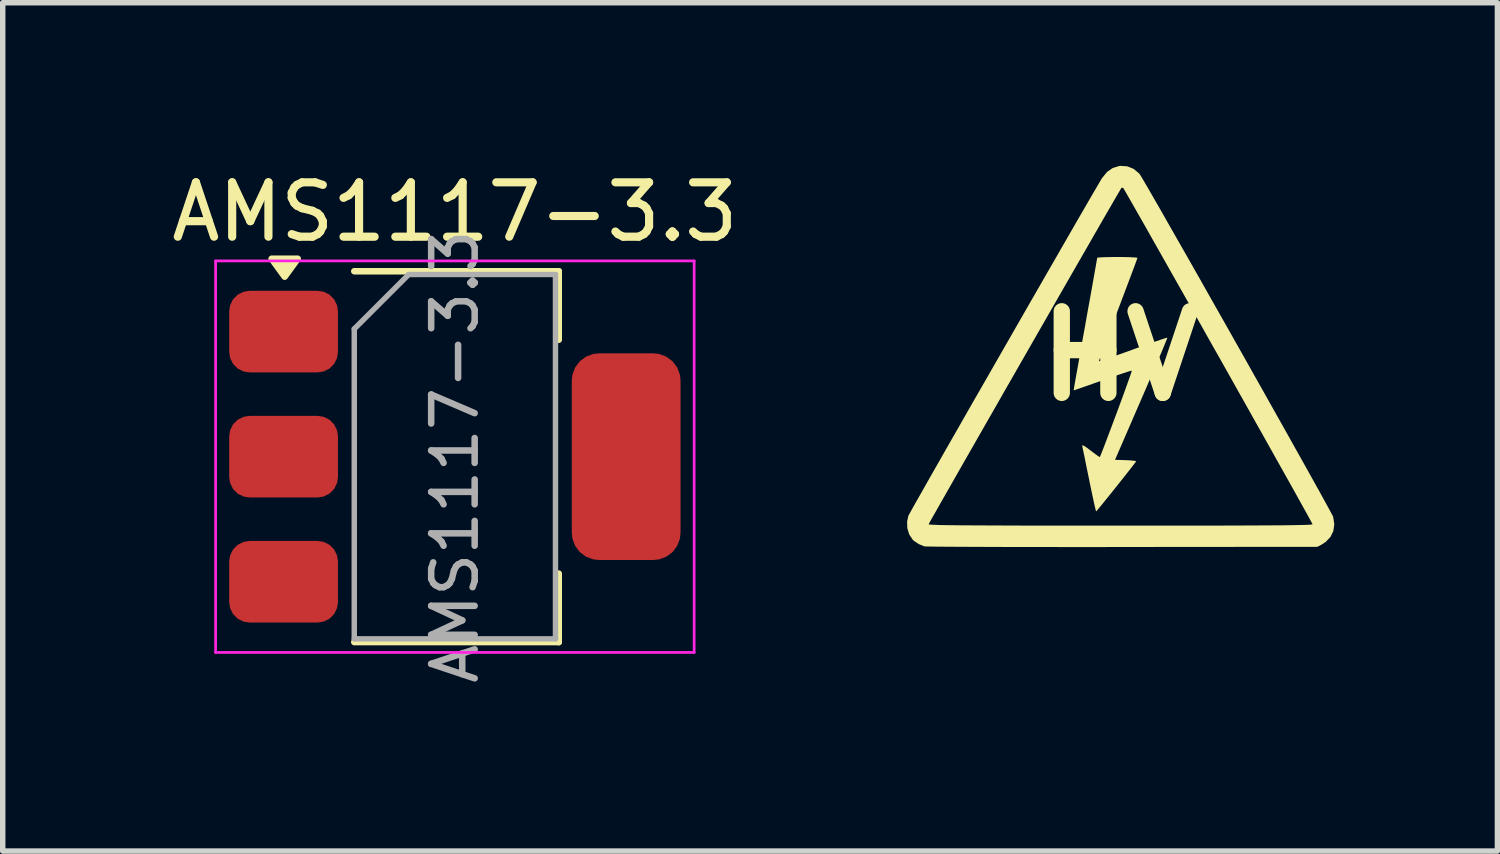
<source format=kicad_pcb>
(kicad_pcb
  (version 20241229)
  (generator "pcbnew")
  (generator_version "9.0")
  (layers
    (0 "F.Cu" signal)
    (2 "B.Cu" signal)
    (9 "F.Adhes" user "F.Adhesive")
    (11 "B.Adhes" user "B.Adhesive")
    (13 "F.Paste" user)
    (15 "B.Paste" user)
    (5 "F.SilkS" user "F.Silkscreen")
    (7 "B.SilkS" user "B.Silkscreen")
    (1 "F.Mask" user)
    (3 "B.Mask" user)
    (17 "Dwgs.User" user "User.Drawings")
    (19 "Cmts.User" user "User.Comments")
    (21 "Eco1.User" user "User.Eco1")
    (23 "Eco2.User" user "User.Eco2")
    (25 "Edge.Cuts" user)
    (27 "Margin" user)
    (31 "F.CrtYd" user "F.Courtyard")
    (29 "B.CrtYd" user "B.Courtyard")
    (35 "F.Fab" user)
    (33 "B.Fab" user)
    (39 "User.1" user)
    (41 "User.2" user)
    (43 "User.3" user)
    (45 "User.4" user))
  (footprint "AMS1117-3.3"
    (layer "F.Cu")
    (at 5.315 5.348)
    (property "Reference" "AMS1117-3.3" (at 0 -4.5 0) (layer "F.SilkS") (effects (font (size 1 1) (thickness 0.15))))
    (attr smd)
    (fp_line (start -1.85 -3.41) (end 1.91 -3.41) (stroke (width 0.12) (type solid)) (layer "F.SilkS"))
    (fp_line (start -1.85 3.41) (end 1.91 3.41) (stroke (width 0.12) (type solid)) (layer "F.SilkS"))
    (fp_line (start 1.91 -3.41) (end 1.91 -2.15) (stroke (width 0.12) (type solid)) (layer "F.SilkS"))
    (fp_line (start 1.91 3.41) (end 1.91 2.15) (stroke (width 0.12) (type solid)) (layer "F.SilkS"))
    (fp_poly (pts (xy -3.13 -3.31) (xy -3.37 -3.64) (xy -2.89 -3.64) (xy -3.13 -3.31)) (stroke (width 0.12) (type solid)) (fill yes) (layer "F.SilkS"))
    (fp_line (start -4.4 -3.6) (end -4.4 3.6) (stroke (width 0.05) (type solid)) (layer "F.CrtYd"))
    (fp_line (start -4.4 3.6) (end 4.4 3.6) (stroke (width 0.05) (type solid)) (layer "F.CrtYd"))
    (fp_line (start 4.4 -3.6) (end -4.4 -3.6) (stroke (width 0.05) (type solid)) (layer "F.CrtYd"))
    (fp_line (start 4.4 3.6) (end 4.4 -3.6) (stroke (width 0.05) (type solid)) (layer "F.CrtYd"))
    (fp_line (start -1.85 -2.35) (end -1.85 3.35) (stroke (width 0.1) (type solid)) (layer "F.Fab"))
    (fp_line (start -1.85 -2.35) (end -0.85 -3.35) (stroke (width 0.1) (type solid)) (layer "F.Fab"))
    (fp_line (start -1.85 3.35) (end 1.85 3.35) (stroke (width 0.1) (type solid)) (layer "F.Fab"))
    (fp_line (start -0.85 -3.35) (end 1.85 -3.35) (stroke (width 0.1) (type solid)) (layer "F.Fab"))
    (fp_line (start 1.85 -3.35) (end 1.85 3.35) (stroke (width 0.1) (type solid)) (layer "F.Fab"))
    (fp_text user "${REFERENCE}" (at 0 0 90) (layer "F.Fab") (effects (font (size 0.8 0.8) (thickness 0.12))))
    (pad "" smd roundrect (at 3.15 0) (size 2 3.8) (layers "F.Cu" "F.Mask" "F.Paste") (roundrect_rratio 0.25))
    (pad "1" smd roundrect (at -3.15 -2.3) (size 2 1.5) (layers "F.Cu" "F.Mask" "F.Paste") (roundrect_rratio 0.25))
    (pad "2" smd roundrect (at -3.15 0) (size 2 1.5) (layers "F.Cu" "F.Mask" "F.Paste") (roundrect_rratio 0.25))
    (pad "3" smd roundrect (at -3.15 2.3) (size 2 1.5) (layers "F.Cu" "F.Mask" "F.Paste") (roundrect_rratio 0.25)))
  (footprint "HV"
    (layer "F.Cu")
    (at 17.547 3.496)
    (property "Reference" "HV" (at 0 0 0) (layer "F.SilkS") (effects (font (size 1.5 1.5) (thickness 0.3))))
    (attr board_only exclude_from_pos_files exclude_from_bom)
    (fp_poly (pts (xy 0.067 -1.819) (xy 0.168 -1.817) (xy 0.248 -1.813) (xy 0.301 -1.809) (xy 0.32 -1.804) (xy 0.313 -1.782) (xy 0.293 -1.727) (xy 0.262 -1.642) (xy 0.22 -1.53) (xy 0.169 -1.395) (xy 0.111 -1.241) (xy 0.047 -1.072) (xy -0.022 -0.89) (xy -0.038 -0.849) (xy -0.108 -0.665) (xy -0.173 -0.493) (xy -0.232 -0.336) (xy -0.283 -0.198) (xy -0.326 -0.082) (xy -0.358 0.008) (xy -0.38 0.069) (xy -0.388 0.097) (xy -0.388 0.098) (xy -0.368 0.093) (xy -0.316 0.076) (xy -0.234 0.049) (xy -0.128 0.012) (xy -0.002 -0.033) (xy 0.139 -0.083) (xy 0.24 -0.12) (xy 0.389 -0.174) (xy 0.526 -0.222) (xy 0.645 -0.264) (xy 0.744 -0.298) (xy 0.817 -0.322) (xy 0.86 -0.335) (xy 0.87 -0.337) (xy 0.864 -0.317) (xy 0.843 -0.264) (xy 0.809 -0.181) (xy 0.763 -0.071) (xy 0.706 0.064) (xy 0.64 0.219) (xy 0.566 0.391) (xy 0.485 0.579) (xy 0.399 0.777) (xy 0.393 0.791) (xy -0.092 1.91) (xy 0.105 1.916) (xy 0.188 1.92) (xy 0.252 1.926) (xy 0.29 1.933) (xy 0.296 1.938) (xy 0.282 1.958) (xy 0.247 2.004) (xy 0.195 2.071) (xy 0.129 2.155) (xy 0.054 2.25) (xy -0.027 2.352) (xy -0.11 2.456) (xy -0.192 2.558) (xy -0.268 2.652) (xy -0.334 2.734) (xy -0.388 2.799) (xy -0.424 2.842) (xy -0.44 2.859) (xy -0.44 2.859) (xy -0.446 2.84) (xy -0.459 2.787) (xy -0.478 2.705) (xy -0.501 2.597) (xy -0.528 2.47) (xy -0.558 2.327) (xy -0.568 2.275) (xy -0.599 2.126) (xy -0.627 1.988) (xy -0.651 1.867) (xy -0.672 1.768) (xy -0.687 1.696) (xy -0.695 1.656) (xy -0.697 1.652) (xy -0.69 1.642) (xy -0.659 1.655) (xy -0.601 1.694) (xy -0.544 1.737) (xy -0.476 1.788) (xy -0.42 1.829) (xy -0.383 1.854) (xy -0.373 1.86) (xy -0.364 1.842) (xy -0.343 1.791) (xy -0.312 1.712) (xy -0.273 1.61) (xy -0.227 1.488) (xy -0.176 1.353) (xy -0.122 1.209) (xy -0.066 1.06) (xy -0.011 0.911) (xy 0.042 0.767) (xy 0.091 0.632) (xy 0.134 0.512) (xy 0.17 0.411) (xy 0.197 0.334) (xy 0.213 0.285) (xy 0.216 0.27) (xy 0.196 0.274) (xy 0.143 0.29) (xy 0.062 0.316) (xy -0.042 0.351) (xy -0.164 0.393) (xy -0.3 0.441) (xy -0.321 0.448) (xy -0.458 0.496) (xy -0.582 0.54) (xy -0.688 0.577) (xy -0.772 0.606) (xy -0.828 0.625) (xy -0.853 0.633) (xy -0.853 0.633) (xy -0.85 0.613) (xy -0.841 0.557) (xy -0.826 0.469) (xy -0.805 0.352) (xy -0.779 0.208) (xy -0.75 0.043) (xy -0.717 -0.142) (xy -0.681 -0.343) (xy -0.642 -0.556) (xy -0.638 -0.58) (xy -0.6 -0.795) (xy -0.563 -0.998) (xy -0.529 -1.186) (xy -0.499 -1.355) (xy -0.473 -1.503) (xy -0.451 -1.625) (xy -0.435 -1.718) (xy -0.424 -1.779) (xy -0.42 -1.805) (xy -0.42 -1.805) (xy -0.401 -1.81) (xy -0.348 -1.814) (xy -0.268 -1.817) (xy -0.166 -1.819) (xy -0.05 -1.82)) (stroke (width 0) (type solid)) (fill yes) (layer "F.SilkS"))
    (fp_poly (pts (xy 0.134 -3.487) (xy 0.249 -3.441) (xy 0.347 -3.36) (xy 0.358 -3.348) (xy 0.376 -3.321) (xy 0.411 -3.263) (xy 0.463 -3.174) (xy 0.532 -3.056) (xy 0.614 -2.913) (xy 0.711 -2.745) (xy 0.819 -2.556) (xy 0.938 -2.347) (xy 1.067 -2.12) (xy 1.205 -1.879) (xy 1.35 -1.624) (xy 1.501 -1.358) (xy 1.656 -1.083) (xy 1.816 -0.801) (xy 1.978 -0.515) (xy 2.141 -0.226) (xy 2.304 0.062) (xy 2.465 0.349) (xy 2.625 0.632) (xy 2.78 0.909) (xy 2.931 1.177) (xy 3.076 1.435) (xy 3.213 1.68) (xy 3.342 1.91) (xy 3.461 2.123) (xy 3.569 2.317) (xy 3.665 2.489) (xy 3.747 2.638) (xy 3.815 2.762) (xy 3.867 2.858) (xy 3.902 2.923) (xy 3.919 2.957) (xy 3.92 2.96) (xy 3.94 3.095) (xy 3.923 3.219) (xy 3.869 3.329) (xy 3.782 3.42) (xy 3.71 3.467) (xy 3.63 3.51) (xy 0.04 3.513) (xy -0.337 3.514) (xy -0.703 3.514) (xy -1.057 3.514) (xy -1.396 3.513) (xy -1.719 3.513) (xy -2.023 3.513) (xy -2.307 3.512) (xy -2.568 3.511) (xy -2.804 3.51) (xy -3.014 3.509) (xy -3.195 3.508) (xy -3.345 3.507) (xy -3.463 3.505) (xy -3.546 3.504) (xy -3.591 3.502) (xy -3.6 3.501) (xy -3.702 3.459) (xy -3.789 3.401) (xy -3.814 3.377) (xy -3.877 3.282) (xy -3.912 3.168) (xy -3.914 3.095) (xy -3.52 3.095) (xy -3.513 3.098) (xy -3.49 3.101) (xy -3.451 3.104) (xy -3.394 3.106) (xy -3.317 3.109) (xy -3.219 3.111) (xy -3.098 3.112) (xy -2.953 3.114) (xy -2.783 3.115) (xy -2.585 3.116) (xy -2.359 3.117) (xy -2.103 3.118) (xy -1.815 3.119) (xy -1.495 3.119) (xy -1.139 3.12) (xy -0.748 3.12) (xy -0.319 3.12) (xy 0.01 3.12) (xy 0.464 3.12) (xy 0.88 3.12) (xy 1.259 3.12) (xy 1.602 3.119) (xy 1.912 3.119) (xy 2.189 3.118) (xy 2.435 3.117) (xy 2.652 3.116) (xy 2.841 3.115) (xy 3.003 3.114) (xy 3.141 3.112) (xy 3.256 3.11) (xy 3.349 3.108) (xy 3.421 3.106) (xy 3.475 3.104) (xy 3.512 3.101) (xy 3.533 3.098) (xy 3.54 3.095) (xy 3.54 3.094) (xy 3.53 3.075) (xy 3.502 3.023) (xy 3.457 2.94) (xy 3.395 2.829) (xy 3.319 2.692) (xy 3.229 2.53) (xy 3.127 2.347) (xy 3.013 2.144) (xy 2.889 1.923) (xy 2.757 1.687) (xy 2.617 1.437) (xy 2.47 1.177) (xy 2.319 0.907) (xy 2.163 0.63) (xy 2.005 0.348) (xy 1.845 0.064) (xy 1.684 -0.22) (xy 1.525 -0.503) (xy 1.368 -0.782) (xy 1.214 -1.056) (xy 1.064 -1.321) (xy 0.92 -1.575) (xy 0.783 -1.818) (xy 0.654 -2.045) (xy 0.535 -2.256) (xy 0.426 -2.449) (xy 0.328 -2.62) (xy 0.244 -2.768) (xy 0.174 -2.891) (xy 0.119 -2.986) (xy 0.081 -3.052) (xy 0.06 -3.086) (xy 0.057 -3.09) (xy 0.033 -3.095) (xy 0.019 -3.08) (xy -0.004 -3.041) (xy -0.045 -2.971) (xy -0.103 -2.871) (xy -0.176 -2.745) (xy -0.264 -2.594) (xy -0.364 -2.42) (xy -0.476 -2.225) (xy -0.598 -2.012) (xy -0.73 -1.783) (xy -0.87 -1.54) (xy -1.017 -1.284) (xy -1.169 -1.019) (xy -1.326 -0.745) (xy -1.486 -0.467) (xy -1.648 -0.184) (xy -1.811 0.1) (xy -1.973 0.383) (xy -2.134 0.663) (xy -2.291 0.939) (xy -2.445 1.207) (xy -2.593 1.466) (xy -2.734 1.713) (xy -2.868 1.947) (xy -2.993 2.166) (xy -3.107 2.366) (xy -3.21 2.547) (xy -3.301 2.706) (xy -3.377 2.841) (xy -3.439 2.949) (xy -3.484 3.029) (xy -3.511 3.078) (xy -3.52 3.095) (xy -3.914 3.095) (xy -3.916 3.047) (xy -3.893 2.94) (xy -3.88 2.916) (xy -3.849 2.86) (xy -3.801 2.773) (xy -3.736 2.658) (xy -3.656 2.518) (xy -3.563 2.353) (xy -3.457 2.166) (xy -3.339 1.96) (xy -3.212 1.736) (xy -3.075 1.497) (xy -2.931 1.245) (xy -2.781 0.982) (xy -2.625 0.71) (xy -2.465 0.432) (xy -2.303 0.149) (xy -2.139 -0.137) (xy -1.975 -0.423) (xy -1.812 -0.707) (xy -1.652 -0.986) (xy -1.494 -1.26) (xy -1.342 -1.525) (xy -1.195 -1.78) (xy -1.056 -2.022) (xy -0.925 -2.249) (xy -0.804 -2.46) (xy -0.693 -2.651) (xy -0.595 -2.821) (xy -0.51 -2.967) (xy -0.439 -3.088) (xy -0.385 -3.181) (xy -0.347 -3.245) (xy -0.328 -3.275) (xy -0.238 -3.385) (xy -0.134 -3.457) (xy -0.016 -3.493) (xy 0.008 -3.496)) (stroke (width 0) (type solid)) (fill yes) (layer "F.SilkS")))
  (gr_rect
    (start -3 -3)
    (end 24.487 12.601)
    (stroke (width 0.1) (type default))
    (fill no)
    (layer "Edge.Cuts")))
</source>
